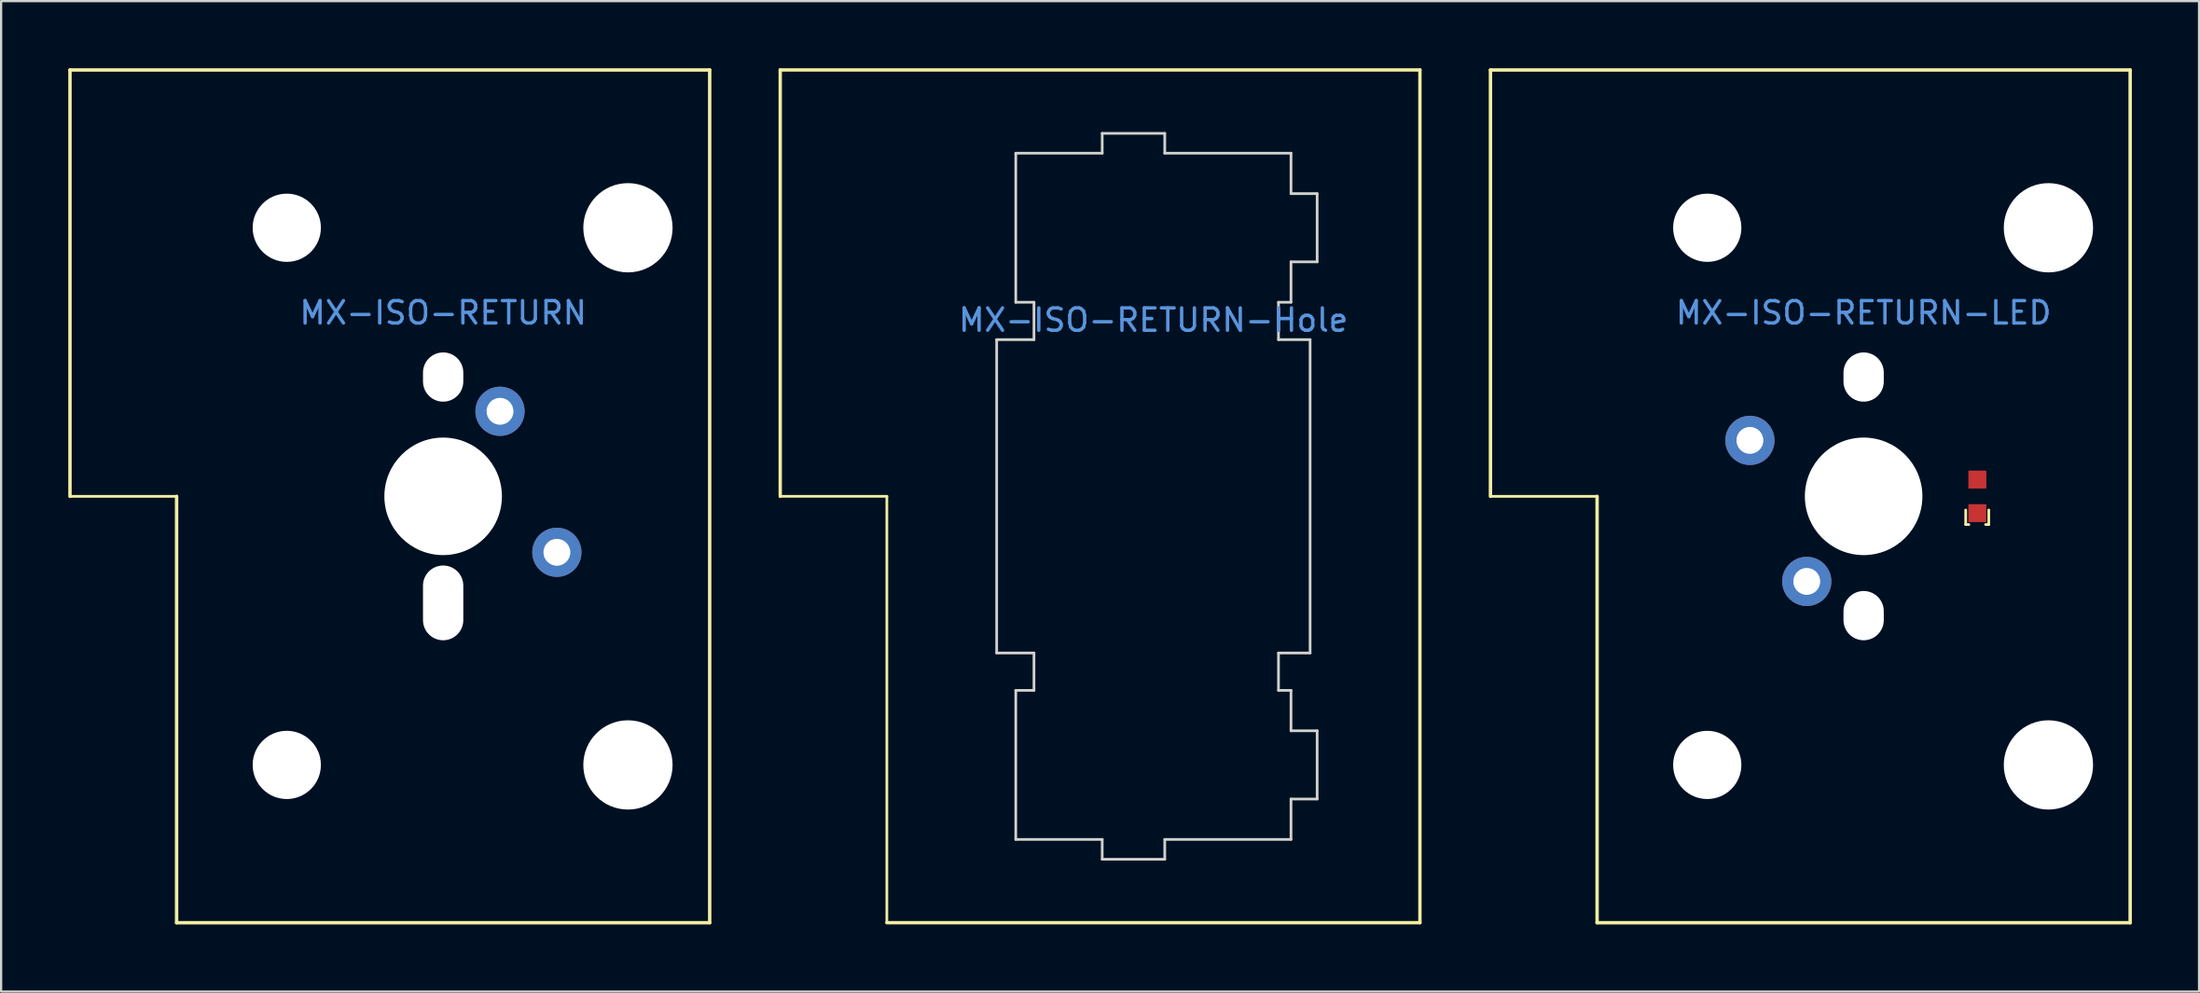
<source format=kicad_pcb>
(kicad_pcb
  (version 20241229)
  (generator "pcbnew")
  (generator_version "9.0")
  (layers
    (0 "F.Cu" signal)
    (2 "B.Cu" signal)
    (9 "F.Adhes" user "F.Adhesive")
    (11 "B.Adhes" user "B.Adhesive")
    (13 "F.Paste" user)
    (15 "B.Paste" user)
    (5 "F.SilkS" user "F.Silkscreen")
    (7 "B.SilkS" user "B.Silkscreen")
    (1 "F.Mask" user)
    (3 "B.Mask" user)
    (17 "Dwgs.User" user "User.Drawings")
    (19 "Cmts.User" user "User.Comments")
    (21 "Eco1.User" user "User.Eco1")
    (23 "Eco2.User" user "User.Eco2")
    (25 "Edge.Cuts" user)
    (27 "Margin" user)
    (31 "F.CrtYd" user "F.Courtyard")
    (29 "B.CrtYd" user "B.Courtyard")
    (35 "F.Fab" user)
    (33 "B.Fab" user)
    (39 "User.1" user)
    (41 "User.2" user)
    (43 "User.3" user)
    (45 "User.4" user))
  (footprint "MX-ISO-RETURN-Hole"
    (layer "F.Cu")
    (at 48.471 19.125)
    (property "Reference" "MX-ISO-RETURN-Hole" (at 0 -7.874 0) (layer "Cmts.User") (effects (font (size 1 1) (thickness 0.15))))
    (attr through_hole)
    (fp_line (start -16.669 -19.05) (end 11.906 -19.05) (stroke (width 0.15) (type solid)) (layer "F.SilkS"))
    (fp_line (start -16.669 0) (end -16.669 -19.05) (stroke (width 0.15) (type solid)) (layer "F.SilkS"))
    (fp_line (start -11.906 0) (end -16.669 0) (stroke (width 0.12) (type solid)) (layer "F.SilkS"))
    (fp_line (start -11.906 19.05) (end -11.906 0) (stroke (width 0.12) (type solid)) (layer "F.SilkS"))
    (fp_line (start 11.906 -19.05) (end 11.906 19.05) (stroke (width 0.15) (type solid)) (layer "F.SilkS"))
    (fp_line (start 11.906 19.05) (end -11.906 19.05) (stroke (width 0.15) (type solid)) (layer "F.SilkS"))
    (fp_line (start -7 -7) (end -5.334 -7) (stroke (width 0.12) (type solid)) (layer "Edge.Cuts"))
    (fp_line (start -7 7) (end -7 -7) (stroke (width 0.12) (type solid)) (layer "Edge.Cuts"))
    (fp_line (start -7 7) (end -5.334 7) (stroke (width 0.12) (type solid)) (layer "Edge.Cuts"))
    (fp_line (start -6.147 -15.33) (end -2.286 -15.33) (stroke (width 0.12) (type solid)) (layer "Edge.Cuts"))
    (fp_line (start -6.147 -8.67) (end -6.147 -15.33) (stroke (width 0.12) (type solid)) (layer "Edge.Cuts"))
    (fp_line (start -6.147 -8.67) (end -5.334 -8.67) (stroke (width 0.12) (type solid)) (layer "Edge.Cuts"))
    (fp_line (start -6.147 8.67) (end -6.147 15.33) (stroke (width 0.12) (type solid)) (layer "Edge.Cuts"))
    (fp_line (start -6.147 8.67) (end -5.334 8.67) (stroke (width 0.12) (type solid)) (layer "Edge.Cuts"))
    (fp_line (start -6.147 15.33) (end -2.286 15.33) (stroke (width 0.12) (type solid)) (layer "Edge.Cuts"))
    (fp_line (start -5.334 -8.67) (end -5.334 -7) (stroke (width 0.12) (type solid)) (layer "Edge.Cuts"))
    (fp_line (start -5.334 8.67) (end -5.334 7) (stroke (width 0.12) (type solid)) (layer "Edge.Cuts"))
    (fp_line (start -2.286 -16.216) (end 0.508 -16.216) (stroke (width 0.12) (type solid)) (layer "Edge.Cuts"))
    (fp_line (start -2.286 -15.33) (end -2.286 -16.216) (stroke (width 0.12) (type solid)) (layer "Edge.Cuts"))
    (fp_line (start -2.286 15.33) (end -2.286 16.216) (stroke (width 0.12) (type solid)) (layer "Edge.Cuts"))
    (fp_line (start -2.286 16.216) (end 0.508 16.216) (stroke (width 0.12) (type solid)) (layer "Edge.Cuts"))
    (fp_line (start 0.508 -15.33) (end 0.508 -16.216) (stroke (width 0.12) (type solid)) (layer "Edge.Cuts"))
    (fp_line (start 0.508 -15.33) (end 6.147 -15.33) (stroke (width 0.12) (type solid)) (layer "Edge.Cuts"))
    (fp_line (start 0.508 15.33) (end 0.508 16.216) (stroke (width 0.12) (type solid)) (layer "Edge.Cuts"))
    (fp_line (start 0.508 15.33) (end 6.147 15.33) (stroke (width 0.12) (type solid)) (layer "Edge.Cuts"))
    (fp_line (start 5.588 -8.67) (end 5.588 -7) (stroke (width 0.12) (type solid)) (layer "Edge.Cuts"))
    (fp_line (start 5.588 8.67) (end 5.588 7) (stroke (width 0.12) (type solid)) (layer "Edge.Cuts"))
    (fp_line (start 6.147 -13.524) (end 6.147 -15.33) (stroke (width 0.12) (type solid)) (layer "Edge.Cuts"))
    (fp_line (start 6.147 -13.524) (end 7.315 -13.524) (stroke (width 0.12) (type solid)) (layer "Edge.Cuts"))
    (fp_line (start 6.147 -10.476) (end 7.315 -10.476) (stroke (width 0.12) (type solid)) (layer "Edge.Cuts"))
    (fp_line (start 6.147 -8.67) (end 5.588 -8.67) (stroke (width 0.12) (type solid)) (layer "Edge.Cuts"))
    (fp_line (start 6.147 -8.67) (end 6.147 -10.476) (stroke (width 0.12) (type solid)) (layer "Edge.Cuts"))
    (fp_line (start 6.147 8.67) (end 5.588 8.67) (stroke (width 0.12) (type solid)) (layer "Edge.Cuts"))
    (fp_line (start 6.147 8.67) (end 6.147 10.476) (stroke (width 0.12) (type solid)) (layer "Edge.Cuts"))
    (fp_line (start 6.147 10.476) (end 7.315 10.476) (stroke (width 0.12) (type solid)) (layer "Edge.Cuts"))
    (fp_line (start 6.147 13.524) (end 6.147 15.33) (stroke (width 0.12) (type solid)) (layer "Edge.Cuts"))
    (fp_line (start 6.147 13.524) (end 7.315 13.524) (stroke (width 0.12) (type solid)) (layer "Edge.Cuts"))
    (fp_line (start 7 -7) (end 5.588 -7) (stroke (width 0.12) (type solid)) (layer "Edge.Cuts"))
    (fp_line (start 7 7) (end 5.588 7) (stroke (width 0.12) (type solid)) (layer "Edge.Cuts"))
    (fp_line (start 7 7) (end 7 -7) (stroke (width 0.12) (type solid)) (layer "Edge.Cuts"))
    (fp_line (start 7.315 -10.476) (end 7.315 -13.524) (stroke (width 0.12) (type solid)) (layer "Edge.Cuts"))
    (fp_line (start 7.315 10.476) (end 7.315 13.524) (stroke (width 0.12) (type solid)) (layer "Edge.Cuts")))
  (footprint "MX-ISO-RETURN-LED"
    (layer "F.Cu")
    (at 85.277 19.126)
    (property "Reference" "MX-ISO-RETURN-LED" (at -5.08 -8.2 0) (layer "Cmts.User") (effects (font (size 1 1) (thickness 0.15))))
    (fp_line (start -21.749 -19.05) (end -21.749 0) (stroke (width 0.152) (type solid)) (layer "F.SilkS"))
    (fp_line (start -21.749 -19.05) (end 6.826 -19.05) (stroke (width 0.152) (type solid)) (layer "F.SilkS"))
    (fp_line (start -21.749 0) (end -16.986 0) (stroke (width 0.12) (type default)) (layer "F.SilkS"))
    (fp_line (start -16.986 19.05) (end -16.986 0) (stroke (width 0.152) (type solid)) (layer "F.SilkS"))
    (fp_line (start -0.52 0.61) (end -0.52 1.26) (stroke (width 0.12) (type solid)) (layer "F.SilkS"))
    (fp_line (start -0.52 1.26) (end -0.38 1.26) (stroke (width 0.12) (type solid)) (layer "F.SilkS"))
    (fp_line (start 0.51 0.61) (end 0.51 1.26) (stroke (width 0.12) (type solid)) (layer "F.SilkS"))
    (fp_line (start 0.51 1.26) (end 0.37 1.26) (stroke (width 0.12) (type solid)) (layer "F.SilkS"))
    (fp_line (start 6.826 -19.05) (end 6.826 19.05) (stroke (width 0.152) (type solid)) (layer "F.SilkS"))
    (fp_line (start 6.826 19.05) (end -16.986 19.05) (stroke (width 0.152) (type solid)) (layer "F.SilkS"))
    (pad "" np_thru_hole circle (at -12.065 -12 270) (size 3.048 3.048) (drill 3.048) (layers "*.Cu" "*.Mask"))
    (pad "" np_thru_hole circle (at -12.065 12 270) (size 3.048 3.048) (drill 3.048) (layers "*.Cu" "*.Mask"))
    (pad "" np_thru_hole oval (at -5.08 -5.33 180) (size 1.8 2.2) (drill oval 1.8 2.2) (layers "*.Cu" "*.Mask"))
    (pad "" np_thru_hole circle (at -5.08 0 90) (size 5.25 5.25) (drill 5.25) (layers "*.Cu" "*.Mask"))
    (pad "" np_thru_hole oval (at -5.08 5.33 180) (size 1.8 2.2) (drill oval 1.8 2.2) (layers "*.Cu" "*.Mask"))
    (pad "" np_thru_hole circle (at 3.175 -12 270) (size 3.988 3.988) (drill 3.988) (layers "*.Cu" "*.Mask"))
    (pad "" np_thru_hole circle (at 3.175 12 270) (size 3.988 3.988) (drill 3.988) (layers "*.Cu" "*.Mask"))
    (pad "1" thru_hole circle (at -10.16 -2.5 270) (size 2.2 2.2) (drill oval 1.2) (layers "*.Cu" "*.Mask"))
    (pad "2" thru_hole circle (at -7.62 3.8 135) (size 2.2 2.2) (drill 1.2) (layers "*.Cu" "*.Mask"))
    (pad "3" smd rect (at 0 0.75) (size 0.8 0.8) (layers "F.Cu" "F.Mask" "F.Paste"))
    (pad "4" smd rect (at 0 -0.75) (size 0.8 0.8) (layers "F.Cu" "F.Mask" "F.Paste")))
  (footprint "MX-ISO-RETURN"
    (layer "F.Cu")
    (at 11.665 19.126)
    (property "Reference" "MX-ISO-RETURN" (at 5.08 -8.2 0) (layer "Cmts.User") (effects (font (size 1 1) (thickness 0.15))))
    (fp_line (start -11.589 -19.05) (end -11.589 0) (stroke (width 0.152) (type solid)) (layer "F.SilkS"))
    (fp_line (start -11.589 -19.05) (end 16.986 -19.05) (stroke (width 0.152) (type solid)) (layer "F.SilkS"))
    (fp_line (start -11.589 0) (end -6.826 0) (stroke (width 0.12) (type default)) (layer "F.SilkS"))
    (fp_line (start -6.826 19.05) (end -6.826 0) (stroke (width 0.152) (type solid)) (layer "F.SilkS"))
    (fp_line (start 16.986 -19.05) (end 16.986 19.05) (stroke (width 0.152) (type solid)) (layer "F.SilkS"))
    (fp_line (start 16.986 19.05) (end -6.826 19.05) (stroke (width 0.152) (type solid)) (layer "F.SilkS"))
    (pad "" np_thru_hole circle (at -1.905 -12 270) (size 3.048 3.048) (drill 3.048) (layers "*.Cu" "*.Mask"))
    (pad "" np_thru_hole circle (at -1.905 12 270) (size 3.048 3.048) (drill 3.048) (layers "*.Cu" "*.Mask"))
    (pad "" np_thru_hole oval (at 5.08 -5.33 180) (size 1.8 2.2) (drill oval 1.8 2.2) (layers "*.Cu" "*.Mask"))
    (pad "" np_thru_hole circle (at 5.08 0 90) (size 5.25 5.25) (drill 5.25) (layers "*.Cu" "*.Mask"))
    (pad "" np_thru_hole oval (at 5.08 4.76 180) (size 1.8 3.34) (drill oval 1.8 3.34) (layers "*.Cu" "*.Mask"))
    (pad "" np_thru_hole circle (at 13.335 -12 270) (size 3.988 3.988) (drill 3.988) (layers "*.Cu" "*.Mask"))
    (pad "" np_thru_hole circle (at 13.335 12 270) (size 3.988 3.988) (drill 3.988) (layers "*.Cu" "*.Mask"))
    (pad "1" thru_hole circle (at 10.16 2.5 270) (size 2.2 2.2) (drill oval 1.2) (layers "*.Cu" "*.Mask"))
    (pad "2" thru_hole circle (at 7.62 -3.8 135) (size 2.2 2.2) (drill 1.2) (layers "*.Cu" "*.Mask")))
  (gr_rect
    (start -3 -3)
    (end 95.18 41.252)
    (stroke (width 0.1) (type default))
    (fill no)
    (layer "Edge.Cuts")))
</source>
